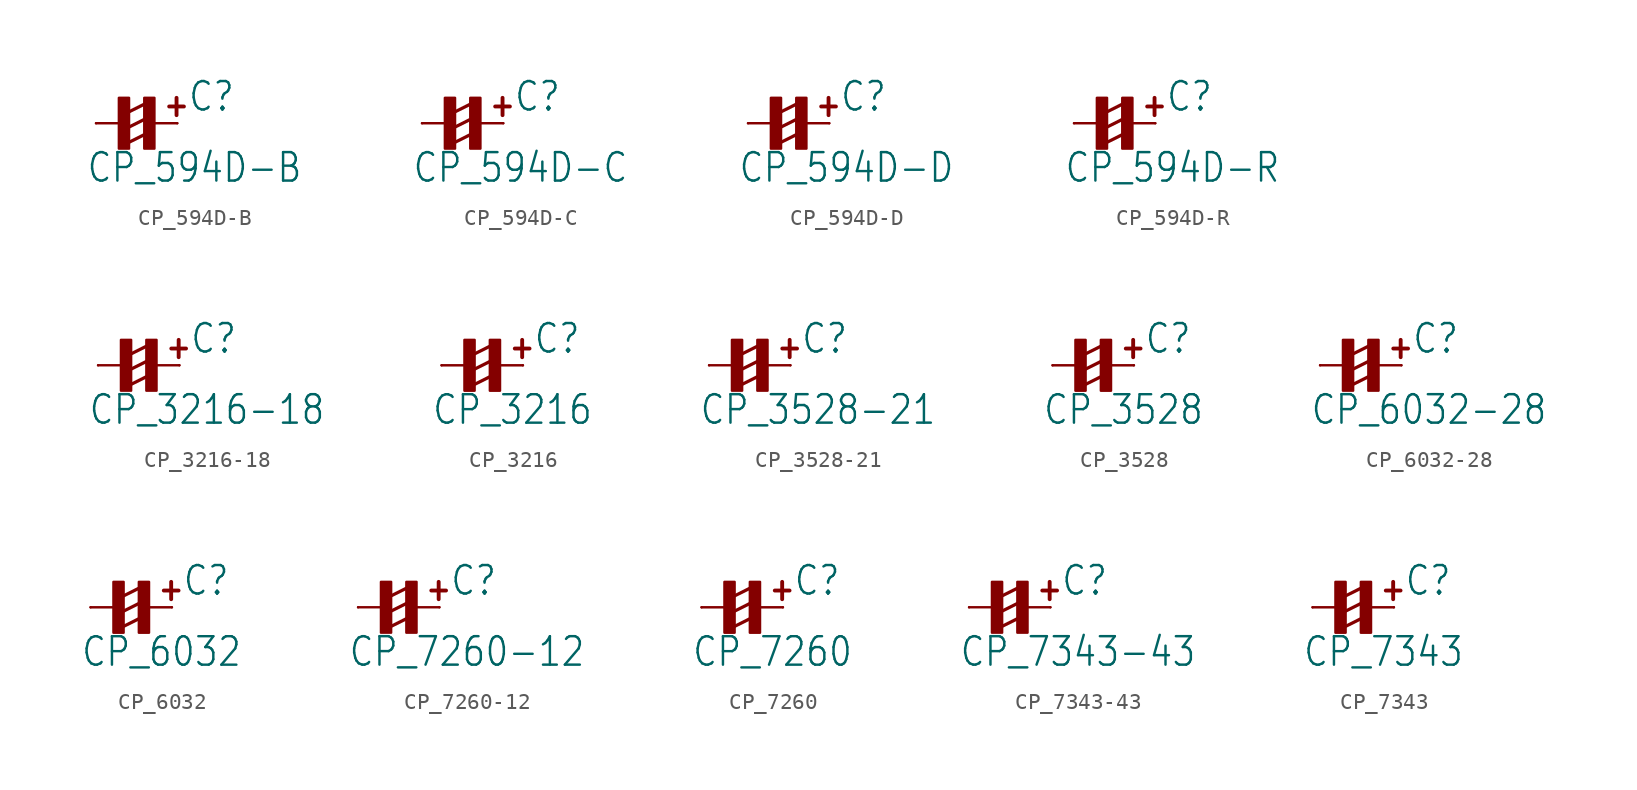
<source format=kicad_sym>
(kicad_symbol_lib
  (version 20211014)
  (generator kicad_symbol_editor)
  (symbol "CP_594D-B"
    (property "Reference" "C"
      (at 3.175 0.635 0)
      (effects (font (size 1.778 1.511)) (justify left bottom)))
    (property "Value" "CP_594D-B"
      (at -3.175 -3.81 0)
      (effects (font (size 1.778 1.511)) (justify left bottom)))
    (property "ki_locked" ""
      (at 0 0 0)
      (effects (font (size 1.27 1.27))))
    (symbol "CP_594D-B_1_0"
      (rectangle (start -1.111 -1.587) (end -0.476 1.587) (stroke (width 0) (type default) (color 0 0 0 0)) (fill (type outline)))
      (polyline (pts (xy -0.857 0) (xy -2.54 0)) (stroke (width 0.152) (type default) (color 0 0 0 0)) (fill (type none)))
      (polyline (pts (xy -0.635 -1.27) (xy 0.635 -0.635)) (stroke (width 0.203) (type default) (color 0 0 0 0)) (fill (type none)))
      (polyline (pts (xy -0.635 -0.318) (xy 0.635 0.318)) (stroke (width 0.203) (type default) (color 0 0 0 0)) (fill (type none)))
      (polyline (pts (xy -0.635 0.635) (xy 0.635 1.27)) (stroke (width 0.203) (type default) (color 0 0 0 0)) (fill (type none)))
      (polyline (pts (xy 0.794 0) (xy 2.54 0)) (stroke (width 0.152) (type default) (color 0 0 0 0)) (fill (type none)))
      (rectangle (start 0.476 -1.587) (end 1.111 1.587) (stroke (width 0) (type default) (color 0 0 0 0)) (fill (type outline)))
      (text "+" (at 1.587 0.318 0) (effects (font (size 1.422 1.209) (thickness 0.242) bold) (justify left bottom)))
      (pin passive line (at 2.54 0 180) (length 0) (name "+" (effects (font (size 0 0)))) (number "+" (effects (font (size 0 0)))))
      (pin passive line (at -2.54 0 0) (length 0) (name "-" (effects (font (size 0 0)))) (number "-" (effects (font (size 0 0)))))))
  (symbol "CP_594D-C"
    (property "Reference" "C"
      (at 3.175 0.635 0)
      (effects (font (size 1.778 1.511)) (justify left bottom)))
    (property "Value" "CP_594D-C"
      (at -3.175 -3.81 0)
      (effects (font (size 1.778 1.511)) (justify left bottom)))
    (property "ki_locked" ""
      (at 0 0 0)
      (effects (font (size 1.27 1.27))))
    (symbol "CP_594D-C_1_0"
      (rectangle (start -1.111 -1.587) (end -0.476 1.587) (stroke (width 0) (type default) (color 0 0 0 0)) (fill (type outline)))
      (polyline (pts (xy -0.857 0) (xy -2.54 0)) (stroke (width 0.152) (type default) (color 0 0 0 0)) (fill (type none)))
      (polyline (pts (xy -0.635 -1.27) (xy 0.635 -0.635)) (stroke (width 0.203) (type default) (color 0 0 0 0)) (fill (type none)))
      (polyline (pts (xy -0.635 -0.318) (xy 0.635 0.318)) (stroke (width 0.203) (type default) (color 0 0 0 0)) (fill (type none)))
      (polyline (pts (xy -0.635 0.635) (xy 0.635 1.27)) (stroke (width 0.203) (type default) (color 0 0 0 0)) (fill (type none)))
      (polyline (pts (xy 0.794 0) (xy 2.54 0)) (stroke (width 0.152) (type default) (color 0 0 0 0)) (fill (type none)))
      (rectangle (start 0.476 -1.587) (end 1.111 1.587) (stroke (width 0) (type default) (color 0 0 0 0)) (fill (type outline)))
      (text "+" (at 1.587 0.318 0) (effects (font (size 1.422 1.209) (thickness 0.242) bold) (justify left bottom)))
      (pin passive line (at 2.54 0 180) (length 0) (name "+" (effects (font (size 0 0)))) (number "+" (effects (font (size 0 0)))))
      (pin passive line (at -2.54 0 0) (length 0) (name "-" (effects (font (size 0 0)))) (number "-" (effects (font (size 0 0)))))))
  (symbol "CP_594D-D"
    (property "Reference" "C"
      (at 3.175 0.635 0)
      (effects (font (size 1.778 1.511)) (justify left bottom)))
    (property "Value" "CP_594D-D"
      (at -3.175 -3.81 0)
      (effects (font (size 1.778 1.511)) (justify left bottom)))
    (property "ki_locked" ""
      (at 0 0 0)
      (effects (font (size 1.27 1.27))))
    (symbol "CP_594D-D_1_0"
      (rectangle (start -1.111 -1.587) (end -0.476 1.587) (stroke (width 0) (type default) (color 0 0 0 0)) (fill (type outline)))
      (polyline (pts (xy -0.857 0) (xy -2.54 0)) (stroke (width 0.152) (type default) (color 0 0 0 0)) (fill (type none)))
      (polyline (pts (xy -0.635 -1.27) (xy 0.635 -0.635)) (stroke (width 0.203) (type default) (color 0 0 0 0)) (fill (type none)))
      (polyline (pts (xy -0.635 -0.318) (xy 0.635 0.318)) (stroke (width 0.203) (type default) (color 0 0 0 0)) (fill (type none)))
      (polyline (pts (xy -0.635 0.635) (xy 0.635 1.27)) (stroke (width 0.203) (type default) (color 0 0 0 0)) (fill (type none)))
      (polyline (pts (xy 0.794 0) (xy 2.54 0)) (stroke (width 0.152) (type default) (color 0 0 0 0)) (fill (type none)))
      (rectangle (start 0.476 -1.587) (end 1.111 1.587) (stroke (width 0) (type default) (color 0 0 0 0)) (fill (type outline)))
      (text "+" (at 1.587 0.318 0) (effects (font (size 1.422 1.209) (thickness 0.242) bold) (justify left bottom)))
      (pin passive line (at 2.54 0 180) (length 0) (name "+" (effects (font (size 0 0)))) (number "+" (effects (font (size 0 0)))))
      (pin passive line (at -2.54 0 0) (length 0) (name "-" (effects (font (size 0 0)))) (number "-" (effects (font (size 0 0)))))))
  (symbol "CP_594D-R"
    (property "Reference" "C"
      (at 3.175 0.635 0)
      (effects (font (size 1.778 1.511)) (justify left bottom)))
    (property "Value" "CP_594D-R"
      (at -3.175 -3.81 0)
      (effects (font (size 1.778 1.511)) (justify left bottom)))
    (property "ki_locked" ""
      (at 0 0 0)
      (effects (font (size 1.27 1.27))))
    (symbol "CP_594D-R_1_0"
      (rectangle (start -1.111 -1.587) (end -0.476 1.587) (stroke (width 0) (type default) (color 0 0 0 0)) (fill (type outline)))
      (polyline (pts (xy -0.857 0) (xy -2.54 0)) (stroke (width 0.152) (type default) (color 0 0 0 0)) (fill (type none)))
      (polyline (pts (xy -0.635 -1.27) (xy 0.635 -0.635)) (stroke (width 0.203) (type default) (color 0 0 0 0)) (fill (type none)))
      (polyline (pts (xy -0.635 -0.318) (xy 0.635 0.318)) (stroke (width 0.203) (type default) (color 0 0 0 0)) (fill (type none)))
      (polyline (pts (xy -0.635 0.635) (xy 0.635 1.27)) (stroke (width 0.203) (type default) (color 0 0 0 0)) (fill (type none)))
      (polyline (pts (xy 0.794 0) (xy 2.54 0)) (stroke (width 0.152) (type default) (color 0 0 0 0)) (fill (type none)))
      (rectangle (start 0.476 -1.587) (end 1.111 1.587) (stroke (width 0) (type default) (color 0 0 0 0)) (fill (type outline)))
      (text "+" (at 1.587 0.318 0) (effects (font (size 1.422 1.209) (thickness 0.242) bold) (justify left bottom)))
      (pin passive line (at 2.54 0 180) (length 0) (name "+" (effects (font (size 0 0)))) (number "+" (effects (font (size 0 0)))))
      (pin passive line (at -2.54 0 0) (length 0) (name "-" (effects (font (size 0 0)))) (number "-" (effects (font (size 0 0)))))))
  (symbol "CP_3216-18"
    (property "Reference" "C"
      (at 3.175 0.635 0)
      (effects (font (size 1.778 1.511)) (justify left bottom)))
    (property "Value" "CP_3216-18"
      (at -3.175 -3.81 0)
      (effects (font (size 1.778 1.511)) (justify left bottom)))
    (property "ki_locked" ""
      (at 0 0 0)
      (effects (font (size 1.27 1.27))))
    (symbol "CP_3216-18_1_0"
      (rectangle (start -1.111 -1.587) (end -0.476 1.587) (stroke (width 0) (type default) (color 0 0 0 0)) (fill (type outline)))
      (polyline (pts (xy -0.857 0) (xy -2.54 0)) (stroke (width 0.152) (type default) (color 0 0 0 0)) (fill (type none)))
      (polyline (pts (xy -0.635 -1.27) (xy 0.635 -0.635)) (stroke (width 0.203) (type default) (color 0 0 0 0)) (fill (type none)))
      (polyline (pts (xy -0.635 -0.318) (xy 0.635 0.318)) (stroke (width 0.203) (type default) (color 0 0 0 0)) (fill (type none)))
      (polyline (pts (xy -0.635 0.635) (xy 0.635 1.27)) (stroke (width 0.203) (type default) (color 0 0 0 0)) (fill (type none)))
      (polyline (pts (xy 0.794 0) (xy 2.54 0)) (stroke (width 0.152) (type default) (color 0 0 0 0)) (fill (type none)))
      (rectangle (start 0.476 -1.587) (end 1.111 1.587) (stroke (width 0) (type default) (color 0 0 0 0)) (fill (type outline)))
      (text "+" (at 1.587 0.318 0) (effects (font (size 1.422 1.209) (thickness 0.242) bold) (justify left bottom)))
      (pin passive line (at 2.54 0 180) (length 0) (name "+" (effects (font (size 0 0)))) (number "+" (effects (font (size 0 0)))))
      (pin passive line (at -2.54 0 0) (length 0) (name "-" (effects (font (size 0 0)))) (number "-" (effects (font (size 0 0)))))))
  (symbol "CP_3216"
    (property "Reference" "C"
      (at 3.175 0.635 0)
      (effects (font (size 1.778 1.511)) (justify left bottom)))
    (property "Value" "CP_3216"
      (at -3.175 -3.81 0)
      (effects (font (size 1.778 1.511)) (justify left bottom)))
    (property "ki_locked" ""
      (at 0 0 0)
      (effects (font (size 1.27 1.27))))
    (symbol "CP_3216_1_0"
      (rectangle (start -1.111 -1.587) (end -0.476 1.587) (stroke (width 0) (type default) (color 0 0 0 0)) (fill (type outline)))
      (polyline (pts (xy -0.857 0) (xy -2.54 0)) (stroke (width 0.152) (type default) (color 0 0 0 0)) (fill (type none)))
      (polyline (pts (xy -0.635 -1.27) (xy 0.635 -0.635)) (stroke (width 0.203) (type default) (color 0 0 0 0)) (fill (type none)))
      (polyline (pts (xy -0.635 -0.318) (xy 0.635 0.318)) (stroke (width 0.203) (type default) (color 0 0 0 0)) (fill (type none)))
      (polyline (pts (xy -0.635 0.635) (xy 0.635 1.27)) (stroke (width 0.203) (type default) (color 0 0 0 0)) (fill (type none)))
      (polyline (pts (xy 0.794 0) (xy 2.54 0)) (stroke (width 0.152) (type default) (color 0 0 0 0)) (fill (type none)))
      (rectangle (start 0.476 -1.587) (end 1.111 1.587) (stroke (width 0) (type default) (color 0 0 0 0)) (fill (type outline)))
      (text "+" (at 1.587 0.318 0) (effects (font (size 1.422 1.209) (thickness 0.242) bold) (justify left bottom)))
      (pin passive line (at 2.54 0 180) (length 0) (name "+" (effects (font (size 0 0)))) (number "+" (effects (font (size 0 0)))))
      (pin passive line (at -2.54 0 0) (length 0) (name "-" (effects (font (size 0 0)))) (number "-" (effects (font (size 0 0)))))))
  (symbol "CP_3528-21"
    (property "Reference" "C"
      (at 3.175 0.635 0)
      (effects (font (size 1.778 1.511)) (justify left bottom)))
    (property "Value" "CP_3528-21"
      (at -3.175 -3.81 0)
      (effects (font (size 1.778 1.511)) (justify left bottom)))
    (property "ki_locked" ""
      (at 0 0 0)
      (effects (font (size 1.27 1.27))))
    (symbol "CP_3528-21_1_0"
      (rectangle (start -1.111 -1.587) (end -0.476 1.587) (stroke (width 0) (type default) (color 0 0 0 0)) (fill (type outline)))
      (polyline (pts (xy -0.857 0) (xy -2.54 0)) (stroke (width 0.152) (type default) (color 0 0 0 0)) (fill (type none)))
      (polyline (pts (xy -0.635 -1.27) (xy 0.635 -0.635)) (stroke (width 0.203) (type default) (color 0 0 0 0)) (fill (type none)))
      (polyline (pts (xy -0.635 -0.318) (xy 0.635 0.318)) (stroke (width 0.203) (type default) (color 0 0 0 0)) (fill (type none)))
      (polyline (pts (xy -0.635 0.635) (xy 0.635 1.27)) (stroke (width 0.203) (type default) (color 0 0 0 0)) (fill (type none)))
      (polyline (pts (xy 0.794 0) (xy 2.54 0)) (stroke (width 0.152) (type default) (color 0 0 0 0)) (fill (type none)))
      (rectangle (start 0.476 -1.587) (end 1.111 1.587) (stroke (width 0) (type default) (color 0 0 0 0)) (fill (type outline)))
      (text "+" (at 1.587 0.318 0) (effects (font (size 1.422 1.209) (thickness 0.242) bold) (justify left bottom)))
      (pin passive line (at 2.54 0 180) (length 0) (name "+" (effects (font (size 0 0)))) (number "+" (effects (font (size 0 0)))))
      (pin passive line (at -2.54 0 0) (length 0) (name "-" (effects (font (size 0 0)))) (number "-" (effects (font (size 0 0)))))))
  (symbol "CP_3528"
    (property "Reference" "C"
      (at 3.175 0.635 0)
      (effects (font (size 1.778 1.511)) (justify left bottom)))
    (property "Value" "CP_3528"
      (at -3.175 -3.81 0)
      (effects (font (size 1.778 1.511)) (justify left bottom)))
    (property "ki_locked" ""
      (at 0 0 0)
      (effects (font (size 1.27 1.27))))
    (symbol "CP_3528_1_0"
      (rectangle (start -1.111 -1.587) (end -0.476 1.587) (stroke (width 0) (type default) (color 0 0 0 0)) (fill (type outline)))
      (polyline (pts (xy -0.857 0) (xy -2.54 0)) (stroke (width 0.152) (type default) (color 0 0 0 0)) (fill (type none)))
      (polyline (pts (xy -0.635 -1.27) (xy 0.635 -0.635)) (stroke (width 0.203) (type default) (color 0 0 0 0)) (fill (type none)))
      (polyline (pts (xy -0.635 -0.318) (xy 0.635 0.318)) (stroke (width 0.203) (type default) (color 0 0 0 0)) (fill (type none)))
      (polyline (pts (xy -0.635 0.635) (xy 0.635 1.27)) (stroke (width 0.203) (type default) (color 0 0 0 0)) (fill (type none)))
      (polyline (pts (xy 0.794 0) (xy 2.54 0)) (stroke (width 0.152) (type default) (color 0 0 0 0)) (fill (type none)))
      (rectangle (start 0.476 -1.587) (end 1.111 1.587) (stroke (width 0) (type default) (color 0 0 0 0)) (fill (type outline)))
      (text "+" (at 1.587 0.318 0) (effects (font (size 1.422 1.209) (thickness 0.242) bold) (justify left bottom)))
      (pin passive line (at 2.54 0 180) (length 0) (name "+" (effects (font (size 0 0)))) (number "+" (effects (font (size 0 0)))))
      (pin passive line (at -2.54 0 0) (length 0) (name "-" (effects (font (size 0 0)))) (number "-" (effects (font (size 0 0)))))))
  (symbol "CP_6032-28"
    (property "Reference" "C"
      (at 3.175 0.635 0)
      (effects (font (size 1.778 1.511)) (justify left bottom)))
    (property "Value" "CP_6032-28"
      (at -3.175 -3.81 0)
      (effects (font (size 1.778 1.511)) (justify left bottom)))
    (property "ki_locked" ""
      (at 0 0 0)
      (effects (font (size 1.27 1.27))))
    (symbol "CP_6032-28_1_0"
      (rectangle (start -1.111 -1.587) (end -0.476 1.587) (stroke (width 0) (type default) (color 0 0 0 0)) (fill (type outline)))
      (polyline (pts (xy -0.857 0) (xy -2.54 0)) (stroke (width 0.152) (type default) (color 0 0 0 0)) (fill (type none)))
      (polyline (pts (xy -0.635 -1.27) (xy 0.635 -0.635)) (stroke (width 0.203) (type default) (color 0 0 0 0)) (fill (type none)))
      (polyline (pts (xy -0.635 -0.318) (xy 0.635 0.318)) (stroke (width 0.203) (type default) (color 0 0 0 0)) (fill (type none)))
      (polyline (pts (xy -0.635 0.635) (xy 0.635 1.27)) (stroke (width 0.203) (type default) (color 0 0 0 0)) (fill (type none)))
      (polyline (pts (xy 0.794 0) (xy 2.54 0)) (stroke (width 0.152) (type default) (color 0 0 0 0)) (fill (type none)))
      (rectangle (start 0.476 -1.587) (end 1.111 1.587) (stroke (width 0) (type default) (color 0 0 0 0)) (fill (type outline)))
      (text "+" (at 1.587 0.318 0) (effects (font (size 1.422 1.209) (thickness 0.242) bold) (justify left bottom)))
      (pin passive line (at 2.54 0 180) (length 0) (name "+" (effects (font (size 0 0)))) (number "+" (effects (font (size 0 0)))))
      (pin passive line (at -2.54 0 0) (length 0) (name "-" (effects (font (size 0 0)))) (number "-" (effects (font (size 0 0)))))))
  (symbol "CP_6032"
    (property "Reference" "C"
      (at 3.175 0.635 0)
      (effects (font (size 1.778 1.511)) (justify left bottom)))
    (property "Value" "CP_6032"
      (at -3.175 -3.81 0)
      (effects (font (size 1.778 1.511)) (justify left bottom)))
    (property "ki_locked" ""
      (at 0 0 0)
      (effects (font (size 1.27 1.27))))
    (symbol "CP_6032_1_0"
      (rectangle (start -1.111 -1.587) (end -0.476 1.587) (stroke (width 0) (type default) (color 0 0 0 0)) (fill (type outline)))
      (polyline (pts (xy -0.857 0) (xy -2.54 0)) (stroke (width 0.152) (type default) (color 0 0 0 0)) (fill (type none)))
      (polyline (pts (xy -0.635 -1.27) (xy 0.635 -0.635)) (stroke (width 0.203) (type default) (color 0 0 0 0)) (fill (type none)))
      (polyline (pts (xy -0.635 -0.318) (xy 0.635 0.318)) (stroke (width 0.203) (type default) (color 0 0 0 0)) (fill (type none)))
      (polyline (pts (xy -0.635 0.635) (xy 0.635 1.27)) (stroke (width 0.203) (type default) (color 0 0 0 0)) (fill (type none)))
      (polyline (pts (xy 0.794 0) (xy 2.54 0)) (stroke (width 0.152) (type default) (color 0 0 0 0)) (fill (type none)))
      (rectangle (start 0.476 -1.587) (end 1.111 1.587) (stroke (width 0) (type default) (color 0 0 0 0)) (fill (type outline)))
      (text "+" (at 1.587 0.318 0) (effects (font (size 1.422 1.209) (thickness 0.242) bold) (justify left bottom)))
      (pin passive line (at 2.54 0 180) (length 0) (name "+" (effects (font (size 0 0)))) (number "+" (effects (font (size 0 0)))))
      (pin passive line (at -2.54 0 0) (length 0) (name "-" (effects (font (size 0 0)))) (number "-" (effects (font (size 0 0)))))))
  (symbol "CP_7260-12"
    (property "Reference" "C"
      (at 3.175 0.635 0)
      (effects (font (size 1.778 1.511)) (justify left bottom)))
    (property "Value" "CP_7260-12"
      (at -3.175 -3.81 0)
      (effects (font (size 1.778 1.511)) (justify left bottom)))
    (property "ki_locked" ""
      (at 0 0 0)
      (effects (font (size 1.27 1.27))))
    (symbol "CP_7260-12_1_0"
      (rectangle (start -1.111 -1.587) (end -0.476 1.587) (stroke (width 0) (type default) (color 0 0 0 0)) (fill (type outline)))
      (polyline (pts (xy -0.857 0) (xy -2.54 0)) (stroke (width 0.152) (type default) (color 0 0 0 0)) (fill (type none)))
      (polyline (pts (xy -0.635 -1.27) (xy 0.635 -0.635)) (stroke (width 0.203) (type default) (color 0 0 0 0)) (fill (type none)))
      (polyline (pts (xy -0.635 -0.318) (xy 0.635 0.318)) (stroke (width 0.203) (type default) (color 0 0 0 0)) (fill (type none)))
      (polyline (pts (xy -0.635 0.635) (xy 0.635 1.27)) (stroke (width 0.203) (type default) (color 0 0 0 0)) (fill (type none)))
      (polyline (pts (xy 0.794 0) (xy 2.54 0)) (stroke (width 0.152) (type default) (color 0 0 0 0)) (fill (type none)))
      (rectangle (start 0.476 -1.587) (end 1.111 1.587) (stroke (width 0) (type default) (color 0 0 0 0)) (fill (type outline)))
      (text "+" (at 1.587 0.318 0) (effects (font (size 1.422 1.209) (thickness 0.242) bold) (justify left bottom)))
      (pin passive line (at 2.54 0 180) (length 0) (name "+" (effects (font (size 0 0)))) (number "+" (effects (font (size 0 0)))))
      (pin passive line (at -2.54 0 0) (length 0) (name "-" (effects (font (size 0 0)))) (number "-" (effects (font (size 0 0)))))))
  (symbol "CP_7260"
    (property "Reference" "C"
      (at 3.175 0.635 0)
      (effects (font (size 1.778 1.511)) (justify left bottom)))
    (property "Value" "CP_7260"
      (at -3.175 -3.81 0)
      (effects (font (size 1.778 1.511)) (justify left bottom)))
    (property "ki_locked" ""
      (at 0 0 0)
      (effects (font (size 1.27 1.27))))
    (symbol "CP_7260_1_0"
      (rectangle (start -1.111 -1.587) (end -0.476 1.587) (stroke (width 0) (type default) (color 0 0 0 0)) (fill (type outline)))
      (polyline (pts (xy -0.857 0) (xy -2.54 0)) (stroke (width 0.152) (type default) (color 0 0 0 0)) (fill (type none)))
      (polyline (pts (xy -0.635 -1.27) (xy 0.635 -0.635)) (stroke (width 0.203) (type default) (color 0 0 0 0)) (fill (type none)))
      (polyline (pts (xy -0.635 -0.318) (xy 0.635 0.318)) (stroke (width 0.203) (type default) (color 0 0 0 0)) (fill (type none)))
      (polyline (pts (xy -0.635 0.635) (xy 0.635 1.27)) (stroke (width 0.203) (type default) (color 0 0 0 0)) (fill (type none)))
      (polyline (pts (xy 0.794 0) (xy 2.54 0)) (stroke (width 0.152) (type default) (color 0 0 0 0)) (fill (type none)))
      (rectangle (start 0.476 -1.587) (end 1.111 1.587) (stroke (width 0) (type default) (color 0 0 0 0)) (fill (type outline)))
      (text "+" (at 1.587 0.318 0) (effects (font (size 1.422 1.209) (thickness 0.242) bold) (justify left bottom)))
      (pin passive line (at 2.54 0 180) (length 0) (name "+" (effects (font (size 0 0)))) (number "+" (effects (font (size 0 0)))))
      (pin passive line (at -2.54 0 0) (length 0) (name "-" (effects (font (size 0 0)))) (number "-" (effects (font (size 0 0)))))))
  (symbol "CP_7343-43"
    (property "Reference" "C"
      (at 3.175 0.635 0)
      (effects (font (size 1.778 1.511)) (justify left bottom)))
    (property "Value" "CP_7343-43"
      (at -3.175 -3.81 0)
      (effects (font (size 1.778 1.511)) (justify left bottom)))
    (property "ki_locked" ""
      (at 0 0 0)
      (effects (font (size 1.27 1.27))))
    (symbol "CP_7343-43_1_0"
      (rectangle (start -1.111 -1.587) (end -0.476 1.587) (stroke (width 0) (type default) (color 0 0 0 0)) (fill (type outline)))
      (polyline (pts (xy -0.857 0) (xy -2.54 0)) (stroke (width 0.152) (type default) (color 0 0 0 0)) (fill (type none)))
      (polyline (pts (xy -0.635 -1.27) (xy 0.635 -0.635)) (stroke (width 0.203) (type default) (color 0 0 0 0)) (fill (type none)))
      (polyline (pts (xy -0.635 -0.318) (xy 0.635 0.318)) (stroke (width 0.203) (type default) (color 0 0 0 0)) (fill (type none)))
      (polyline (pts (xy -0.635 0.635) (xy 0.635 1.27)) (stroke (width 0.203) (type default) (color 0 0 0 0)) (fill (type none)))
      (polyline (pts (xy 0.794 0) (xy 2.54 0)) (stroke (width 0.152) (type default) (color 0 0 0 0)) (fill (type none)))
      (rectangle (start 0.476 -1.587) (end 1.111 1.587) (stroke (width 0) (type default) (color 0 0 0 0)) (fill (type outline)))
      (text "+" (at 1.587 0.318 0) (effects (font (size 1.422 1.209) (thickness 0.242) bold) (justify left bottom)))
      (pin passive line (at 2.54 0 180) (length 0) (name "+" (effects (font (size 0 0)))) (number "+" (effects (font (size 0 0)))))
      (pin passive line (at -2.54 0 0) (length 0) (name "-" (effects (font (size 0 0)))) (number "-" (effects (font (size 0 0)))))))
  (symbol "CP_7343"
    (property "Reference" "C"
      (at 3.175 0.635 0)
      (effects (font (size 1.778 1.511)) (justify left bottom)))
    (property "Value" "CP_7343"
      (at -3.175 -3.81 0)
      (effects (font (size 1.778 1.511)) (justify left bottom)))
    (property "ki_locked" ""
      (at 0 0 0)
      (effects (font (size 1.27 1.27))))
    (symbol "CP_7343_1_0"
      (rectangle (start -1.111 -1.587) (end -0.476 1.587) (stroke (width 0) (type default) (color 0 0 0 0)) (fill (type outline)))
      (polyline (pts (xy -0.857 0) (xy -2.54 0)) (stroke (width 0.152) (type default) (color 0 0 0 0)) (fill (type none)))
      (polyline (pts (xy -0.635 -1.27) (xy 0.635 -0.635)) (stroke (width 0.203) (type default) (color 0 0 0 0)) (fill (type none)))
      (polyline (pts (xy -0.635 -0.318) (xy 0.635 0.318)) (stroke (width 0.203) (type default) (color 0 0 0 0)) (fill (type none)))
      (polyline (pts (xy -0.635 0.635) (xy 0.635 1.27)) (stroke (width 0.203) (type default) (color 0 0 0 0)) (fill (type none)))
      (polyline (pts (xy 0.794 0) (xy 2.54 0)) (stroke (width 0.152) (type default) (color 0 0 0 0)) (fill (type none)))
      (rectangle (start 0.476 -1.587) (end 1.111 1.587) (stroke (width 0) (type default) (color 0 0 0 0)) (fill (type outline)))
      (text "+" (at 1.587 0.318 0) (effects (font (size 1.422 1.209) (thickness 0.242) bold) (justify left bottom)))
      (pin passive line (at 2.54 0 180) (length 0) (name "+" (effects (font (size 0 0)))) (number "+" (effects (font (size 0 0)))))
      (pin passive line (at -2.54 0 0) (length 0) (name "-" (effects (font (size 0 0)))) (number "-" (effects (font (size 0 0))))))))
</source>
